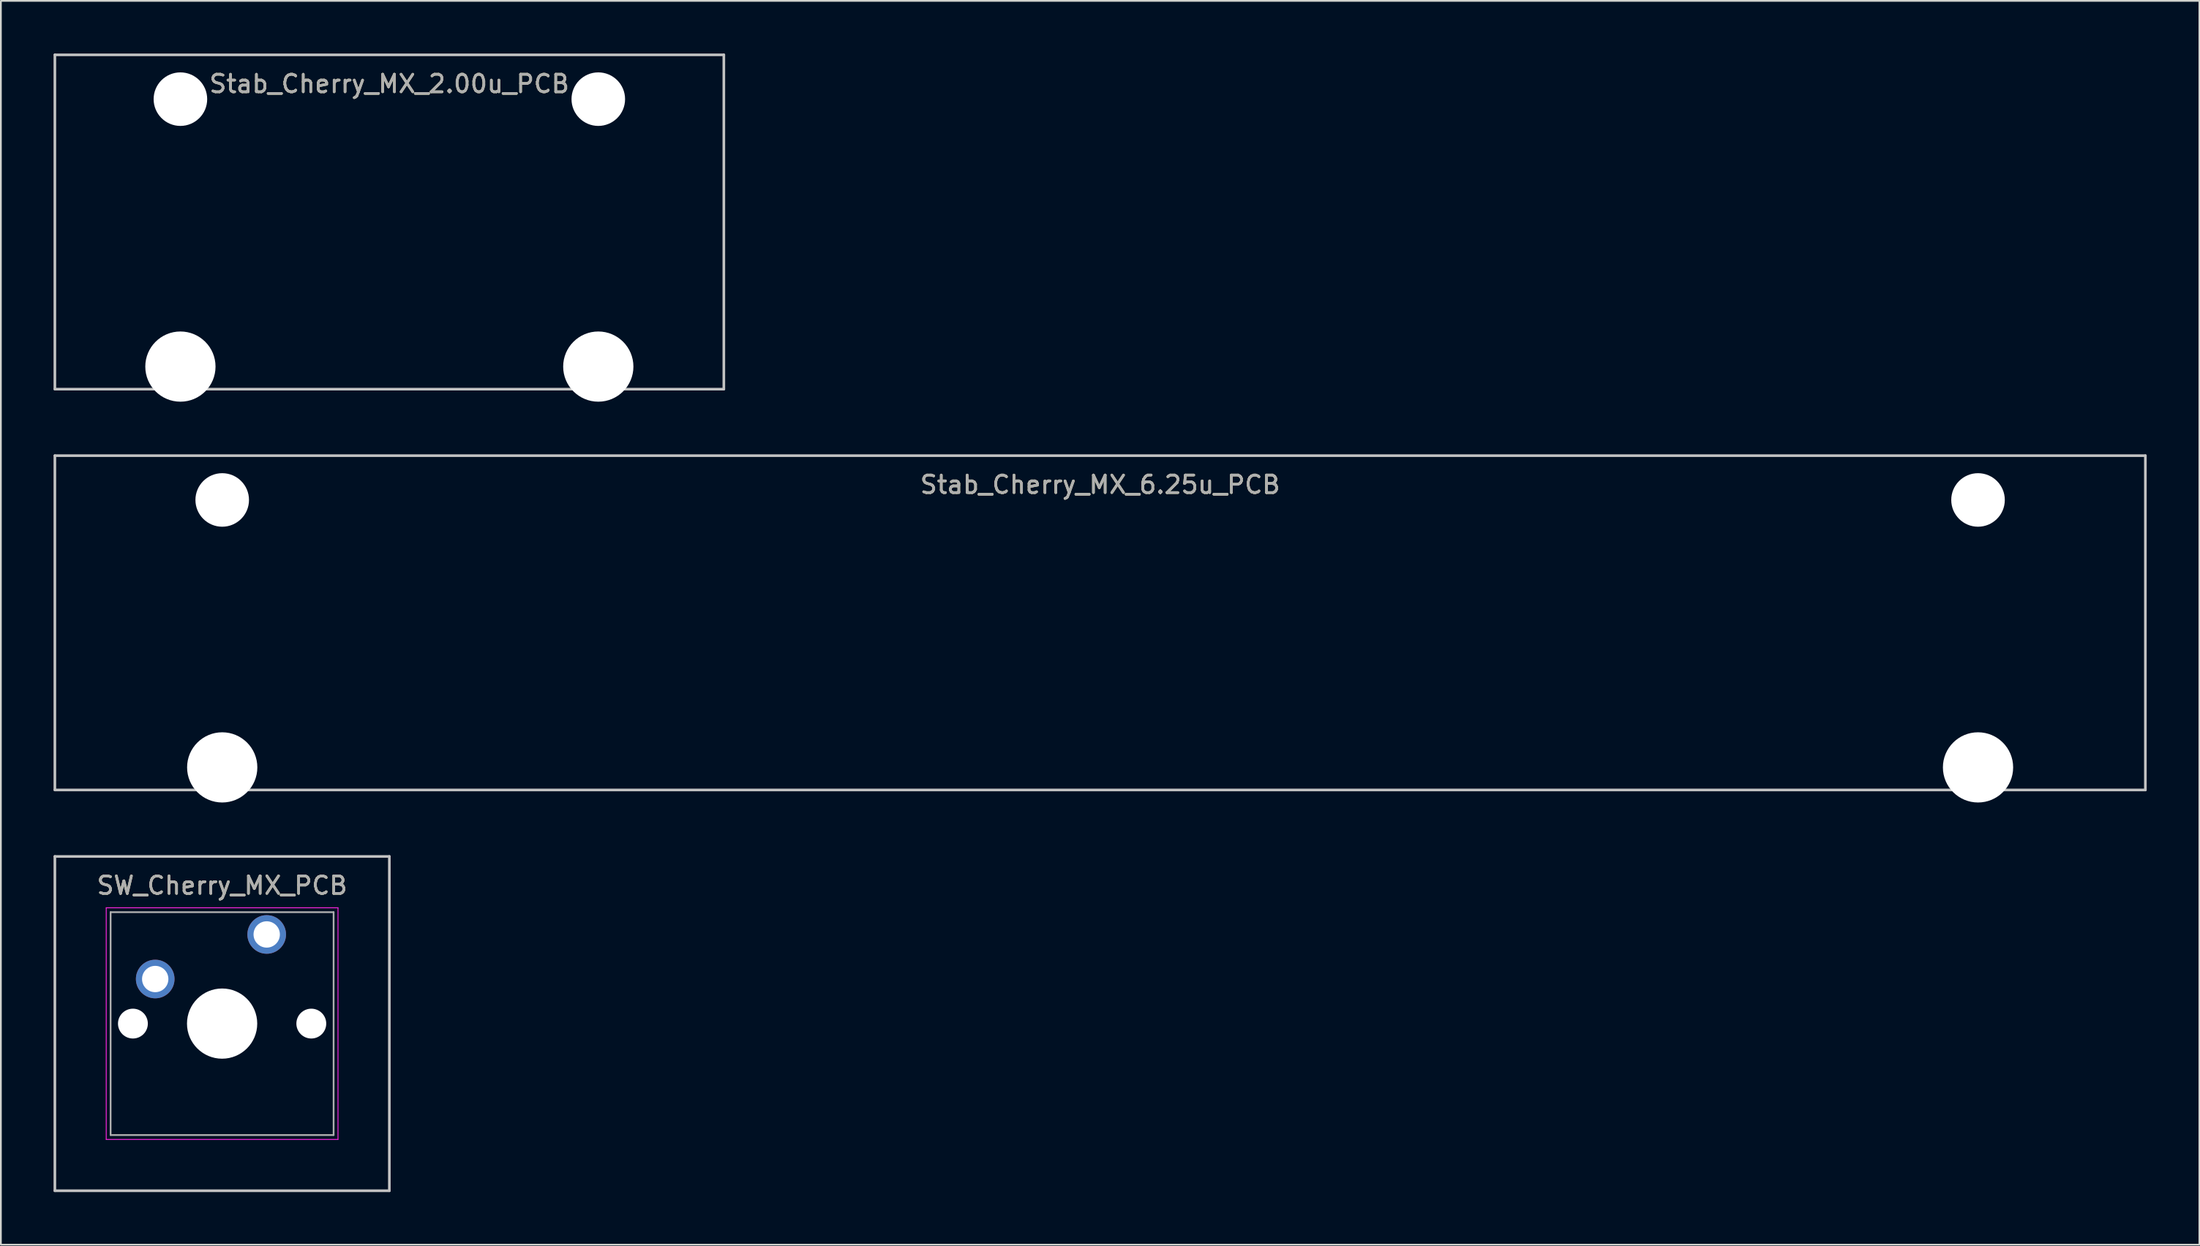
<source format=kicad_pcb>
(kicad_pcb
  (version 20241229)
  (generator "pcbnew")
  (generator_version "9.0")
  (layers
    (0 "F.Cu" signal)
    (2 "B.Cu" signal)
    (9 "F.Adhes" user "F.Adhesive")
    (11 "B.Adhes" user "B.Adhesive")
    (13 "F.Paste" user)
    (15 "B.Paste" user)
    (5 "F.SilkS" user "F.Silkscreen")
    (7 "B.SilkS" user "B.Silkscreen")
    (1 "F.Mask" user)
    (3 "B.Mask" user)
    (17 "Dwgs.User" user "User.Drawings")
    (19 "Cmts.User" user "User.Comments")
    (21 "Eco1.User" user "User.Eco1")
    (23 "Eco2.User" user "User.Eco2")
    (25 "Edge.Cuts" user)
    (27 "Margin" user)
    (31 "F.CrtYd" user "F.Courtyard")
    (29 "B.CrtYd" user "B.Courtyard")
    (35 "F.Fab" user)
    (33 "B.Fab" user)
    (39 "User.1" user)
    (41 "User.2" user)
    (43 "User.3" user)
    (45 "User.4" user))
  (footprint "Stab_Cherry_MX_6.25u_PCB"
    (layer "F.Cu")
    (at 59.606 32.44)
    (property "Reference" "Stab_Cherry_MX_6.25u_PCB" (at 0 -7.874 0) (layer "F.SilkS") (effects (font (size 1 1) (thickness 0.15))))
    (attr through_hole)
    (fp_line (start -59.531 -9.525) (end 59.531 -9.525) (stroke (width 0.15) (type solid)) (layer "Dwgs.User"))
    (fp_line (start -59.531 9.525) (end -59.531 -9.525) (stroke (width 0.15) (type solid)) (layer "Dwgs.User"))
    (fp_line (start 59.531 -9.525) (end 59.531 9.525) (stroke (width 0.15) (type solid)) (layer "Dwgs.User"))
    (fp_line (start 59.531 9.525) (end -59.531 9.525) (stroke (width 0.15) (type solid)) (layer "Dwgs.User"))
    (fp_text user "${REFERENCE}" (at 0 -7.874 0) (layer "F.Fab") (effects (font (size 1 1) (thickness 0.15))))
    (pad "" np_thru_hole circle (at -50 -7) (size 3.05 3.05) (drill 3.05) (layers "*.Cu" "*.Mask"))
    (pad "" np_thru_hole circle (at -50 8.24) (size 4 4) (drill 4) (layers "*.Cu" "*.Mask"))
    (pad "" np_thru_hole circle (at 50 -7) (size 3.05 3.05) (drill 3.05) (layers "*.Cu" "*.Mask"))
    (pad "" np_thru_hole circle (at 50 8.24) (size 4 4) (drill 4) (layers "*.Cu" "*.Mask")))
  (footprint "SW_Cherry_MX_PCB"
    (layer "F.Cu")
    (at 9.6 55.28)
    (property "Reference" "SW_Cherry_MX_PCB" (at 0 -7.874 0) (layer "F.SilkS") (effects (font (size 1 1) (thickness 0.15))))
    (attr through_hole)
    (fp_line (start -9.525 -9.525) (end 9.525 -9.525) (stroke (width 0.15) (type solid)) (layer "Dwgs.User"))
    (fp_line (start -9.525 9.525) (end -9.525 -9.525) (stroke (width 0.15) (type solid)) (layer "Dwgs.User"))
    (fp_line (start 9.525 -9.525) (end 9.525 9.525) (stroke (width 0.15) (type solid)) (layer "Dwgs.User"))
    (fp_line (start 9.525 9.525) (end -9.525 9.525) (stroke (width 0.15) (type solid)) (layer "Dwgs.User"))
    (fp_line (start -6.6 -6.6) (end 6.6 -6.6) (stroke (width 0.05) (type solid)) (layer "F.CrtYd"))
    (fp_line (start -6.6 6.6) (end -6.6 -6.6) (stroke (width 0.05) (type solid)) (layer "F.CrtYd"))
    (fp_line (start 6.6 -6.6) (end 6.6 6.6) (stroke (width 0.05) (type solid)) (layer "F.CrtYd"))
    (fp_line (start 6.6 6.6) (end -6.6 6.6) (stroke (width 0.05) (type solid)) (layer "F.CrtYd"))
    (fp_line (start -6.35 -6.35) (end 6.35 -6.35) (stroke (width 0.1) (type solid)) (layer "F.Fab"))
    (fp_line (start -6.35 6.35) (end -6.35 -6.35) (stroke (width 0.1) (type solid)) (layer "F.Fab"))
    (fp_line (start 6.35 -6.35) (end 6.35 6.35) (stroke (width 0.1) (type solid)) (layer "F.Fab"))
    (fp_line (start 6.35 6.35) (end -6.35 6.35) (stroke (width 0.1) (type solid)) (layer "F.Fab"))
    (fp_text user "${REFERENCE}" (at 0 -7.874 0) (layer "F.Fab") (effects (font (size 1 1) (thickness 0.15))))
    (pad "" np_thru_hole circle (at -5.08 0) (size 1.7 1.7) (drill 1.7) (layers "*.Cu" "*.Mask"))
    (pad "" np_thru_hole circle (at 0 0) (size 4 4) (drill 4) (layers "*.Cu" "*.Mask"))
    (pad "" np_thru_hole circle (at 5.08 0) (size 1.7 1.7) (drill 1.7) (layers "*.Cu" "*.Mask"))
    (pad "1" thru_hole circle (at 2.54 -5.08) (size 2.2 2.2) (drill 1.5) (layers "*.Cu" "*.Mask"))
    (pad "2" thru_hole circle (at -3.81 -2.54) (size 2.2 2.2) (drill 1.5) (layers "*.Cu" "*.Mask")))
  (footprint "Stab_Cherry_MX_2.00u_PCB"
    (layer "F.Cu")
    (at 19.125 9.6)
    (property "Reference" "Stab_Cherry_MX_2.00u_PCB" (at 0 -7.874 0) (layer "F.SilkS") (effects (font (size 1 1) (thickness 0.15))))
    (attr through_hole)
    (fp_line (start -19.05 -9.525) (end 19.05 -9.525) (stroke (width 0.15) (type solid)) (layer "Dwgs.User"))
    (fp_line (start -19.05 9.525) (end -19.05 -9.525) (stroke (width 0.15) (type solid)) (layer "Dwgs.User"))
    (fp_line (start 19.05 -9.525) (end 19.05 9.525) (stroke (width 0.15) (type solid)) (layer "Dwgs.User"))
    (fp_line (start 19.05 9.525) (end -19.05 9.525) (stroke (width 0.15) (type solid)) (layer "Dwgs.User"))
    (fp_text user "${REFERENCE}" (at 0 -7.874 0) (layer "F.Fab") (effects (font (size 1 1) (thickness 0.15))))
    (pad "" np_thru_hole circle (at -11.9 -7) (size 3.05 3.05) (drill 3.05) (layers "*.Cu" "*.Mask"))
    (pad "" np_thru_hole circle (at -11.9 8.24) (size 4 4) (drill 4) (layers "*.Cu" "*.Mask"))
    (pad "" np_thru_hole circle (at 11.9 -7) (size 3.05 3.05) (drill 3.05) (layers "*.Cu" "*.Mask"))
    (pad "" np_thru_hole circle (at 11.9 8.24) (size 4 4) (drill 4) (layers "*.Cu" "*.Mask")))
  (gr_rect
    (start -3 -3)
    (end 122.213 67.88)
    (stroke (width 0.1) (type default))
    (fill no)
    (layer "Edge.Cuts")))
</source>
